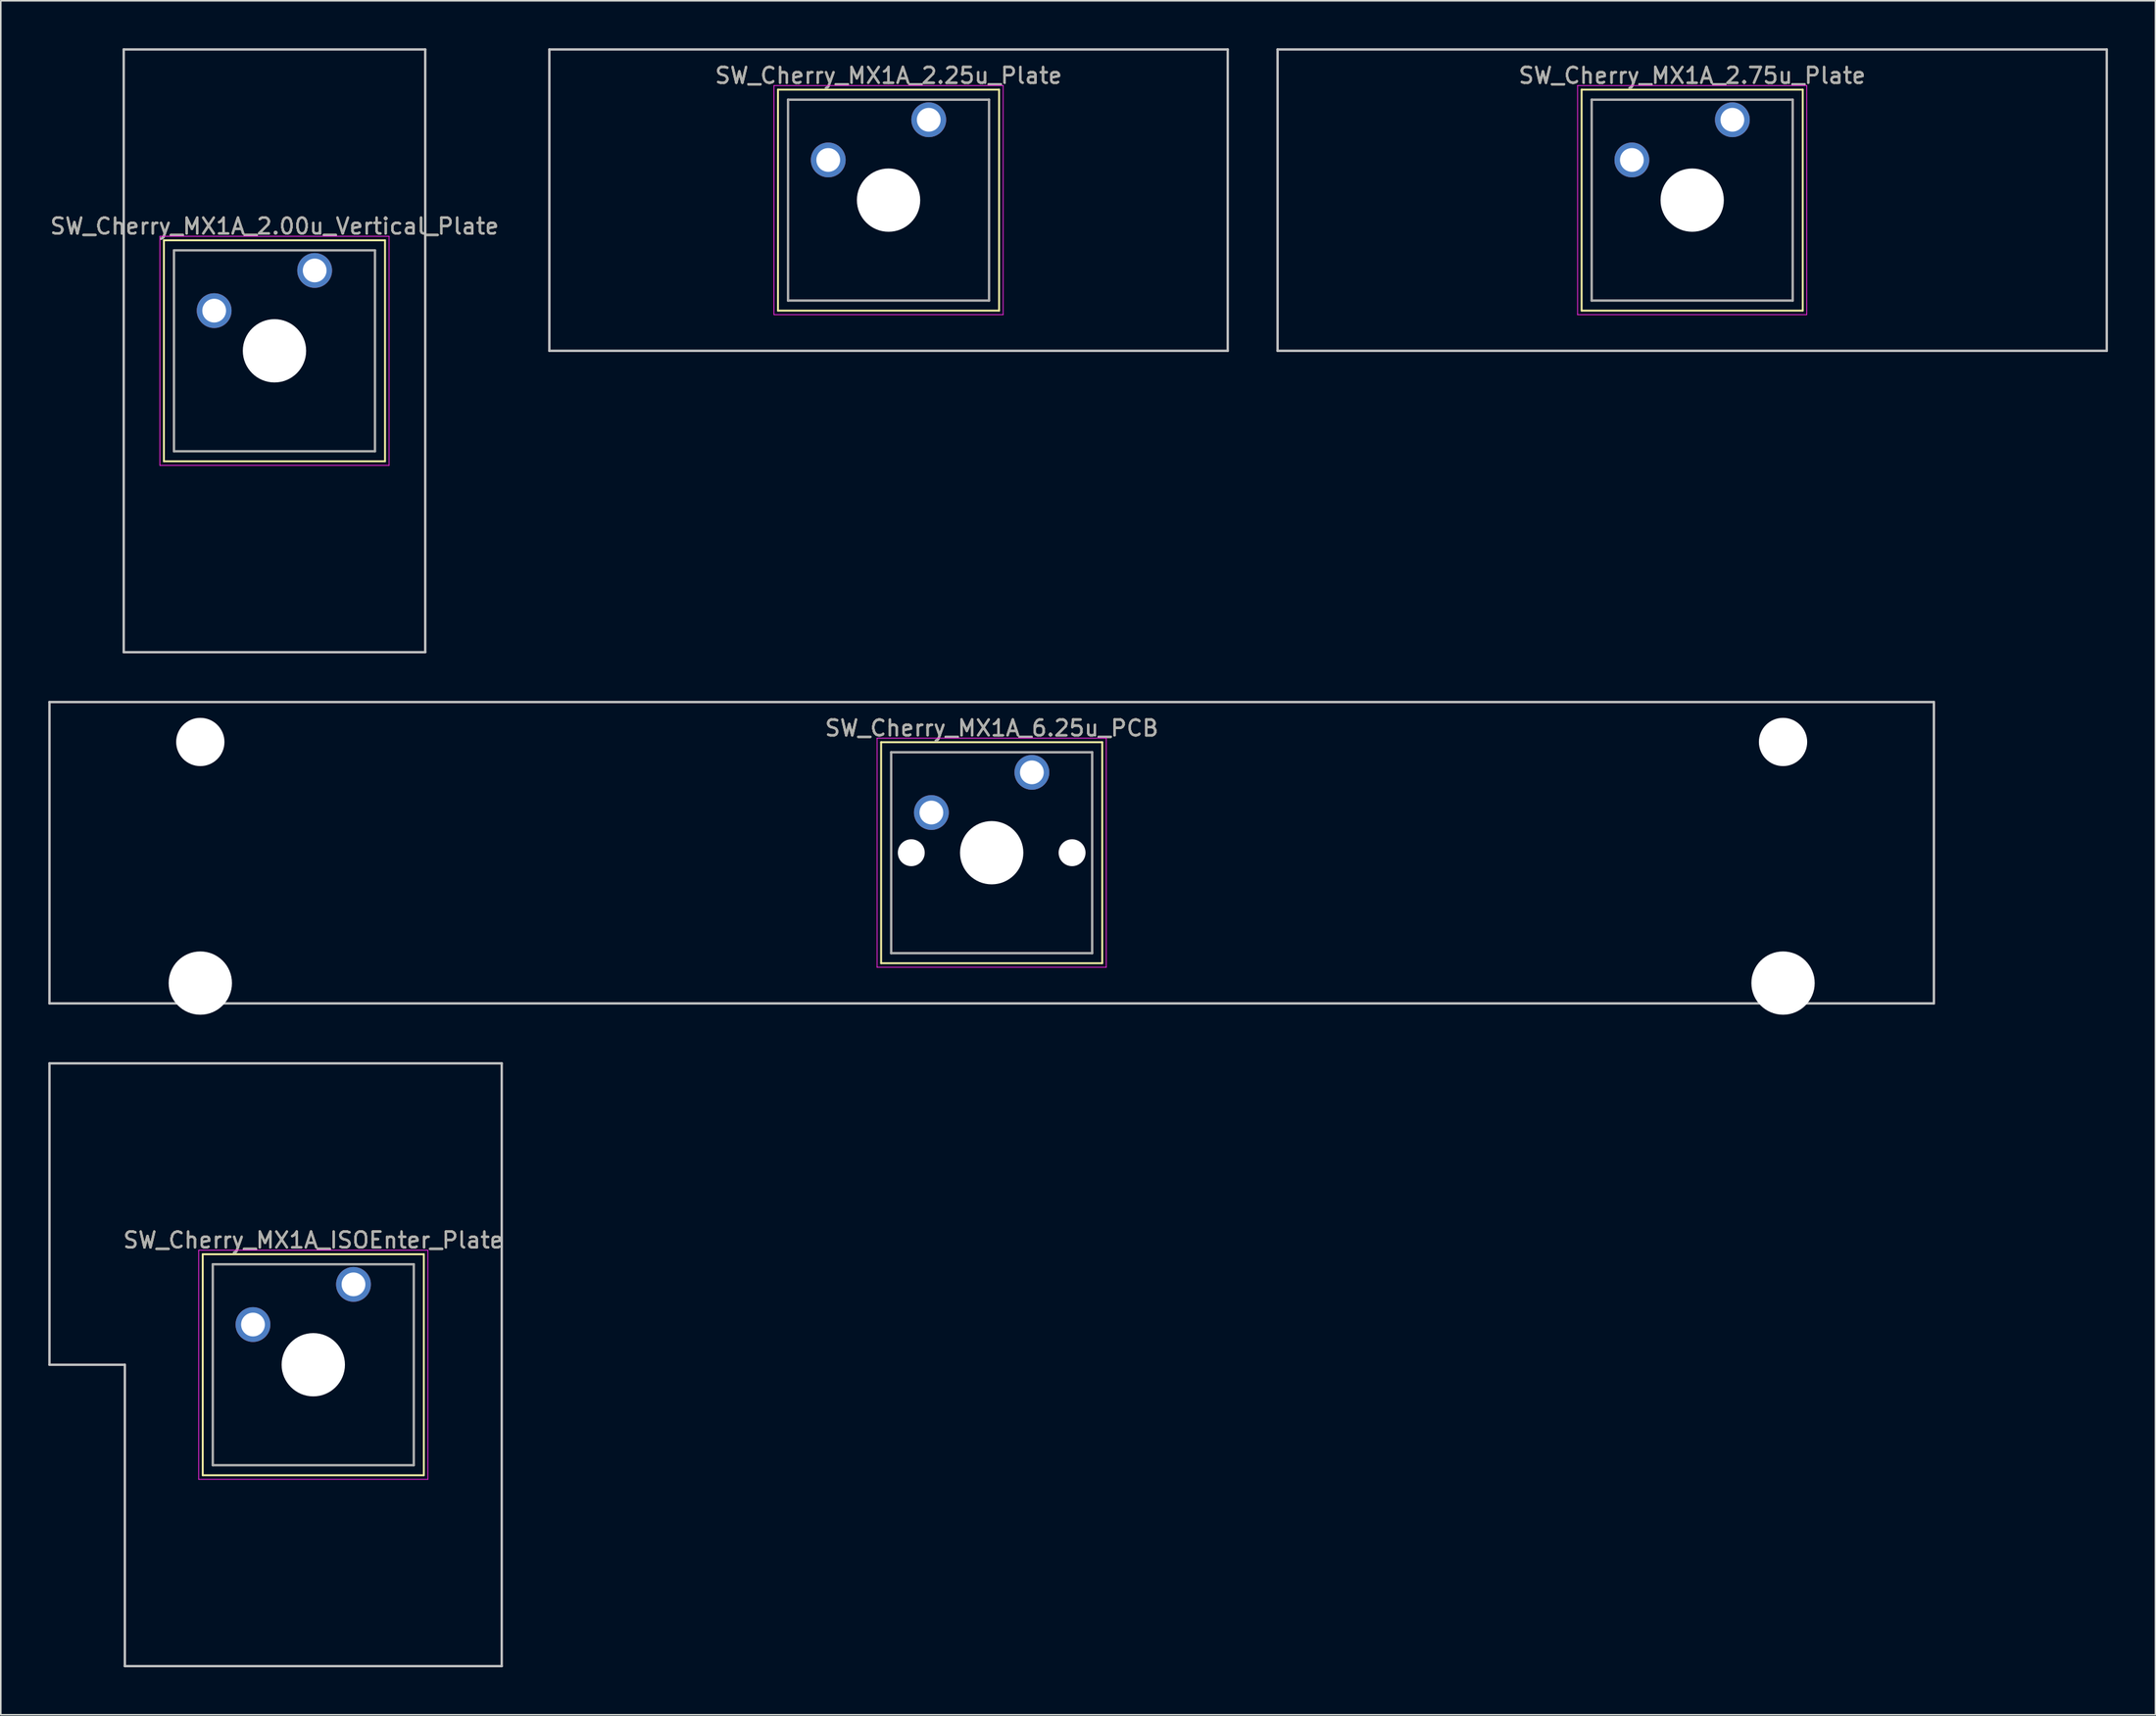
<source format=kicad_pcb>
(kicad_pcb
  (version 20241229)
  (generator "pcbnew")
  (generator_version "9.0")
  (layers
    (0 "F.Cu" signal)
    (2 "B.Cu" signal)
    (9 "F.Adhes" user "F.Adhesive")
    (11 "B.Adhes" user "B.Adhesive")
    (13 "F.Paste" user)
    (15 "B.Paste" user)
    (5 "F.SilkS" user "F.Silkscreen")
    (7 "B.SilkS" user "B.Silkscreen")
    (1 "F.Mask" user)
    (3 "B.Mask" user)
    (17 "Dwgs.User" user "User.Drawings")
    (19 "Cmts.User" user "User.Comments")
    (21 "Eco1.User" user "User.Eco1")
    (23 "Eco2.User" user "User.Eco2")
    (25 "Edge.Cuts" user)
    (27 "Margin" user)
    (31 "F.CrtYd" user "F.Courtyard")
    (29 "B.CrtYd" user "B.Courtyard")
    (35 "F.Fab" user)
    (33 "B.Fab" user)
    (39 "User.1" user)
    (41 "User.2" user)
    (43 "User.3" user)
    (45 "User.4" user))
  (footprint "SW_Cherry_MX1A_2.75u_Plate"
    (layer "F.Cu")
    (at 106.405 4.52)
    (property "Reference" "SW_Cherry_MX1A_2.75u_Plate" (at -2.54 -2.794 0) (layer "F.SilkS") (effects (font (size 1 1) (thickness 0.15))))
    (attr through_hole)
    (fp_line (start -9.525 -1.905) (end 4.445 -1.905) (stroke (width 0.12) (type solid)) (layer "F.SilkS"))
    (fp_line (start -9.525 12.065) (end -9.525 -1.905) (stroke (width 0.12) (type solid)) (layer "F.SilkS"))
    (fp_line (start 4.445 -1.905) (end 4.445 12.065) (stroke (width 0.12) (type solid)) (layer "F.SilkS"))
    (fp_line (start 4.445 12.065) (end -9.525 12.065) (stroke (width 0.12) (type solid)) (layer "F.SilkS"))
    (fp_line (start -28.734 -4.445) (end 23.654 -4.445) (stroke (width 0.15) (type solid)) (layer "Dwgs.User"))
    (fp_line (start -28.734 14.605) (end -28.734 -4.445) (stroke (width 0.15) (type solid)) (layer "Dwgs.User"))
    (fp_line (start 23.654 -4.445) (end 23.654 14.605) (stroke (width 0.15) (type solid)) (layer "Dwgs.User"))
    (fp_line (start 23.654 14.605) (end -28.734 14.605) (stroke (width 0.15) (type solid)) (layer "Dwgs.User"))
    (fp_line (start -9.78 -2.16) (end 4.7 -2.16) (stroke (width 0.05) (type solid)) (layer "F.CrtYd"))
    (fp_line (start -9.78 12.32) (end -9.78 -2.16) (stroke (width 0.05) (type solid)) (layer "F.CrtYd"))
    (fp_line (start 4.7 -2.16) (end 4.7 12.32) (stroke (width 0.05) (type solid)) (layer "F.CrtYd"))
    (fp_line (start 4.7 12.32) (end -9.78 12.32) (stroke (width 0.05) (type solid)) (layer "F.CrtYd"))
    (fp_line (start -8.89 -1.27) (end 3.81 -1.27) (stroke (width 0.15) (type solid)) (layer "F.Fab"))
    (fp_line (start -8.89 11.43) (end -8.89 -1.27) (stroke (width 0.15) (type solid)) (layer "F.Fab"))
    (fp_line (start 3.81 -1.27) (end 3.81 11.43) (stroke (width 0.15) (type solid)) (layer "F.Fab"))
    (fp_line (start 3.81 11.43) (end -8.89 11.43) (stroke (width 0.15) (type solid)) (layer "F.Fab"))
    (fp_text user "${REFERENCE}" (at -2.54 -2.794 0) (layer "F.Fab") (effects (font (size 1 1) (thickness 0.15))))
    (pad "" np_thru_hole circle (at -2.54 5.08) (size 4 4) (drill 4) (layers "*.Cu" "*.Mask"))
    (pad "1" thru_hole circle (at 0 0) (size 2.2 2.2) (drill 1.5) (layers "*.Cu" "*.Mask"))
    (pad "2" thru_hole circle (at -6.35 2.54) (size 2.2 2.2) (drill 1.5) (layers "*.Cu" "*.Mask")))
  (footprint "SW_Cherry_MX1A_2.25u_Plate"
    (layer "F.Cu")
    (at 55.63 4.52)
    (property "Reference" "SW_Cherry_MX1A_2.25u_Plate" (at -2.54 -2.794 0) (layer "F.SilkS") (effects (font (size 1 1) (thickness 0.15))))
    (attr through_hole)
    (fp_line (start -9.525 -1.905) (end 4.445 -1.905) (stroke (width 0.12) (type solid)) (layer "F.SilkS"))
    (fp_line (start -9.525 12.065) (end -9.525 -1.905) (stroke (width 0.12) (type solid)) (layer "F.SilkS"))
    (fp_line (start 4.445 -1.905) (end 4.445 12.065) (stroke (width 0.12) (type solid)) (layer "F.SilkS"))
    (fp_line (start 4.445 12.065) (end -9.525 12.065) (stroke (width 0.12) (type solid)) (layer "F.SilkS"))
    (fp_line (start -23.971 -4.445) (end 18.891 -4.445) (stroke (width 0.15) (type solid)) (layer "Dwgs.User"))
    (fp_line (start -23.971 14.605) (end -23.971 -4.445) (stroke (width 0.15) (type solid)) (layer "Dwgs.User"))
    (fp_line (start 18.891 -4.445) (end 18.891 14.605) (stroke (width 0.15) (type solid)) (layer "Dwgs.User"))
    (fp_line (start 18.891 14.605) (end -23.971 14.605) (stroke (width 0.15) (type solid)) (layer "Dwgs.User"))
    (fp_line (start -9.78 -2.16) (end 4.7 -2.16) (stroke (width 0.05) (type solid)) (layer "F.CrtYd"))
    (fp_line (start -9.78 12.32) (end -9.78 -2.16) (stroke (width 0.05) (type solid)) (layer "F.CrtYd"))
    (fp_line (start 4.7 -2.16) (end 4.7 12.32) (stroke (width 0.05) (type solid)) (layer "F.CrtYd"))
    (fp_line (start 4.7 12.32) (end -9.78 12.32) (stroke (width 0.05) (type solid)) (layer "F.CrtYd"))
    (fp_line (start -8.89 -1.27) (end 3.81 -1.27) (stroke (width 0.15) (type solid)) (layer "F.Fab"))
    (fp_line (start -8.89 11.43) (end -8.89 -1.27) (stroke (width 0.15) (type solid)) (layer "F.Fab"))
    (fp_line (start 3.81 -1.27) (end 3.81 11.43) (stroke (width 0.15) (type solid)) (layer "F.Fab"))
    (fp_line (start 3.81 11.43) (end -8.89 11.43) (stroke (width 0.15) (type solid)) (layer "F.Fab"))
    (fp_text user "${REFERENCE}" (at -2.54 -2.794 0) (layer "F.Fab") (effects (font (size 1 1) (thickness 0.15))))
    (pad "" np_thru_hole circle (at -2.54 5.08) (size 4 4) (drill 4) (layers "*.Cu" "*.Mask"))
    (pad "1" thru_hole circle (at 0 0) (size 2.2 2.2) (drill 1.5) (layers "*.Cu" "*.Mask"))
    (pad "2" thru_hole circle (at -6.35 2.54) (size 2.2 2.2) (drill 1.5) (layers "*.Cu" "*.Mask")))
  (footprint "SW_Cherry_MX1A_6.25u_PCB"
    (layer "F.Cu")
    (at 62.146 45.77)
    (property "Reference" "SW_Cherry_MX1A_6.25u_PCB" (at -2.54 -2.794 0) (layer "F.SilkS") (effects (font (size 1 1) (thickness 0.15))))
    (attr through_hole)
    (fp_line (start -9.525 -1.905) (end 4.445 -1.905) (stroke (width 0.12) (type solid)) (layer "F.SilkS"))
    (fp_line (start -9.525 12.065) (end -9.525 -1.905) (stroke (width 0.12) (type solid)) (layer "F.SilkS"))
    (fp_line (start 4.445 -1.905) (end 4.445 12.065) (stroke (width 0.12) (type solid)) (layer "F.SilkS"))
    (fp_line (start 4.445 12.065) (end -9.525 12.065) (stroke (width 0.12) (type solid)) (layer "F.SilkS"))
    (fp_line (start -62.071 -4.445) (end 56.991 -4.445) (stroke (width 0.15) (type solid)) (layer "Dwgs.User"))
    (fp_line (start -62.071 14.605) (end -62.071 -4.445) (stroke (width 0.15) (type solid)) (layer "Dwgs.User"))
    (fp_line (start 56.991 -4.445) (end 56.991 14.605) (stroke (width 0.15) (type solid)) (layer "Dwgs.User"))
    (fp_line (start 56.991 14.605) (end -62.071 14.605) (stroke (width 0.15) (type solid)) (layer "Dwgs.User"))
    (fp_line (start -9.78 -2.16) (end 4.7 -2.16) (stroke (width 0.05) (type solid)) (layer "F.CrtYd"))
    (fp_line (start -9.78 12.32) (end -9.78 -2.16) (stroke (width 0.05) (type solid)) (layer "F.CrtYd"))
    (fp_line (start 4.7 -2.16) (end 4.7 12.32) (stroke (width 0.05) (type solid)) (layer "F.CrtYd"))
    (fp_line (start 4.7 12.32) (end -9.78 12.32) (stroke (width 0.05) (type solid)) (layer "F.CrtYd"))
    (fp_line (start -8.89 -1.27) (end 3.81 -1.27) (stroke (width 0.15) (type solid)) (layer "F.Fab"))
    (fp_line (start -8.89 11.43) (end -8.89 -1.27) (stroke (width 0.15) (type solid)) (layer "F.Fab"))
    (fp_line (start 3.81 -1.27) (end 3.81 11.43) (stroke (width 0.15) (type solid)) (layer "F.Fab"))
    (fp_line (start 3.81 11.43) (end -8.89 11.43) (stroke (width 0.15) (type solid)) (layer "F.Fab"))
    (fp_text user "${REFERENCE}" (at -2.54 -2.794 0) (layer "F.Fab") (effects (font (size 1 1) (thickness 0.15))))
    (pad "" np_thru_hole circle (at -52.54 -1.92) (size 3.05 3.05) (drill 3.05) (layers "*.Cu" "*.Mask"))
    (pad "" np_thru_hole circle (at -52.54 13.32) (size 4 4) (drill 4) (layers "*.Cu" "*.Mask"))
    (pad "" np_thru_hole circle (at -7.62 5.08) (size 1.7 1.7) (drill 1.7) (layers "*.Cu" "*.Mask"))
    (pad "" np_thru_hole circle (at -2.54 5.08) (size 4 4) (drill 4) (layers "*.Cu" "*.Mask"))
    (pad "" np_thru_hole circle (at 2.54 5.08) (size 1.7 1.7) (drill 1.7) (layers "*.Cu" "*.Mask"))
    (pad "" np_thru_hole circle (at 47.46 -1.92) (size 3.05 3.05) (drill 3.05) (layers "*.Cu" "*.Mask"))
    (pad "" np_thru_hole circle (at 47.46 13.32) (size 4 4) (drill 4) (layers "*.Cu" "*.Mask"))
    (pad "1" thru_hole circle (at 0 0) (size 2.2 2.2) (drill 1.5) (layers "*.Cu" "*.Mask"))
    (pad "2" thru_hole circle (at -6.35 2.54) (size 2.2 2.2) (drill 1.5) (layers "*.Cu" "*.Mask")))
  (footprint "SW_Cherry_MX1A_2.00u_Vertical_Plate"
    (layer "F.Cu")
    (at 16.832 14.045)
    (property "Reference" "SW_Cherry_MX1A_2.00u_Vertical_Plate" (at -2.54 -2.794 0) (layer "F.SilkS") (effects (font (size 1 1) (thickness 0.15))))
    (attr through_hole)
    (fp_line (start -9.525 -1.905) (end 4.445 -1.905) (stroke (width 0.12) (type solid)) (layer "F.SilkS"))
    (fp_line (start -9.525 12.065) (end -9.525 -1.905) (stroke (width 0.12) (type solid)) (layer "F.SilkS"))
    (fp_line (start 4.445 -1.905) (end 4.445 12.065) (stroke (width 0.12) (type solid)) (layer "F.SilkS"))
    (fp_line (start 4.445 12.065) (end -9.525 12.065) (stroke (width 0.12) (type solid)) (layer "F.SilkS"))
    (fp_line (start -12.065 -13.97) (end 6.985 -13.97) (stroke (width 0.15) (type solid)) (layer "Dwgs.User"))
    (fp_line (start -12.065 24.13) (end -12.065 -13.97) (stroke (width 0.15) (type solid)) (layer "Dwgs.User"))
    (fp_line (start 6.985 -13.97) (end 6.985 24.13) (stroke (width 0.15) (type solid)) (layer "Dwgs.User"))
    (fp_line (start 6.985 24.13) (end -12.065 24.13) (stroke (width 0.15) (type solid)) (layer "Dwgs.User"))
    (fp_line (start -9.78 -2.16) (end 4.7 -2.16) (stroke (width 0.05) (type solid)) (layer "F.CrtYd"))
    (fp_line (start -9.78 12.32) (end -9.78 -2.16) (stroke (width 0.05) (type solid)) (layer "F.CrtYd"))
    (fp_line (start 4.7 -2.16) (end 4.7 12.32) (stroke (width 0.05) (type solid)) (layer "F.CrtYd"))
    (fp_line (start 4.7 12.32) (end -9.78 12.32) (stroke (width 0.05) (type solid)) (layer "F.CrtYd"))
    (fp_line (start -8.89 -1.27) (end 3.81 -1.27) (stroke (width 0.15) (type solid)) (layer "F.Fab"))
    (fp_line (start -8.89 11.43) (end -8.89 -1.27) (stroke (width 0.15) (type solid)) (layer "F.Fab"))
    (fp_line (start 3.81 -1.27) (end 3.81 11.43) (stroke (width 0.15) (type solid)) (layer "F.Fab"))
    (fp_line (start 3.81 11.43) (end -8.89 11.43) (stroke (width 0.15) (type solid)) (layer "F.Fab"))
    (fp_text user "${REFERENCE}" (at -2.54 -2.794 0) (layer "F.Fab") (effects (font (size 1 1) (thickness 0.15))))
    (pad "" np_thru_hole circle (at -2.54 5.08) (size 4 4) (drill 4) (layers "*.Cu" "*.Mask"))
    (pad "1" thru_hole circle (at 0 0) (size 2.2 2.2) (drill 1.5) (layers "*.Cu" "*.Mask"))
    (pad "2" thru_hole circle (at -6.35 2.54) (size 2.2 2.2) (drill 1.5) (layers "*.Cu" "*.Mask")))
  (footprint "SW_Cherry_MX1A_ISOEnter_Plate"
    (layer "F.Cu")
    (at 19.284 78.135)
    (property "Reference" "SW_Cherry_MX1A_ISOEnter_Plate" (at -2.54 -2.794 0) (layer "F.SilkS") (effects (font (size 1 1) (thickness 0.15))))
    (attr through_hole)
    (fp_line (start -9.525 -1.905) (end 4.445 -1.905) (stroke (width 0.12) (type solid)) (layer "F.SilkS"))
    (fp_line (start -9.525 12.065) (end -9.525 -1.905) (stroke (width 0.12) (type solid)) (layer "F.SilkS"))
    (fp_line (start 4.445 -1.905) (end 4.445 12.065) (stroke (width 0.12) (type solid)) (layer "F.SilkS"))
    (fp_line (start 4.445 12.065) (end -9.525 12.065) (stroke (width 0.12) (type solid)) (layer "F.SilkS"))
    (fp_line (start -19.209 -13.97) (end 9.366 -13.97) (stroke (width 0.15) (type solid)) (layer "Dwgs.User"))
    (fp_line (start -19.209 5.08) (end -19.209 -13.97) (stroke (width 0.15) (type solid)) (layer "Dwgs.User"))
    (fp_line (start -14.446 5.08) (end -19.209 5.08) (stroke (width 0.15) (type solid)) (layer "Dwgs.User"))
    (fp_line (start -14.446 24.13) (end -14.446 5.08) (stroke (width 0.15) (type solid)) (layer "Dwgs.User"))
    (fp_line (start 9.366 -13.97) (end 9.366 24.13) (stroke (width 0.15) (type solid)) (layer "Dwgs.User"))
    (fp_line (start 9.366 24.13) (end -14.446 24.13) (stroke (width 0.15) (type solid)) (layer "Dwgs.User"))
    (fp_line (start -9.78 -2.16) (end 4.7 -2.16) (stroke (width 0.05) (type solid)) (layer "F.CrtYd"))
    (fp_line (start -9.78 12.32) (end -9.78 -2.16) (stroke (width 0.05) (type solid)) (layer "F.CrtYd"))
    (fp_line (start 4.7 -2.16) (end 4.7 12.32) (stroke (width 0.05) (type solid)) (layer "F.CrtYd"))
    (fp_line (start 4.7 12.32) (end -9.78 12.32) (stroke (width 0.05) (type solid)) (layer "F.CrtYd"))
    (fp_line (start -8.89 -1.27) (end 3.81 -1.27) (stroke (width 0.15) (type solid)) (layer "F.Fab"))
    (fp_line (start -8.89 11.43) (end -8.89 -1.27) (stroke (width 0.15) (type solid)) (layer "F.Fab"))
    (fp_line (start 3.81 -1.27) (end 3.81 11.43) (stroke (width 0.15) (type solid)) (layer "F.Fab"))
    (fp_line (start 3.81 11.43) (end -8.89 11.43) (stroke (width 0.15) (type solid)) (layer "F.Fab"))
    (fp_text user "${REFERENCE}" (at -2.54 -2.794 0) (layer "F.Fab") (effects (font (size 1 1) (thickness 0.15))))
    (pad "" np_thru_hole circle (at -2.54 5.08) (size 4 4) (drill 4) (layers "*.Cu" "*.Mask"))
    (pad "1" thru_hole circle (at 0 0) (size 2.2 2.2) (drill 1.5) (layers "*.Cu" "*.Mask"))
    (pad "2" thru_hole circle (at -6.35 2.54) (size 2.2 2.2) (drill 1.5) (layers "*.Cu" "*.Mask")))
  (gr_rect
    (start -3 -3)
    (end 133.133 105.34)
    (stroke (width 0.1) (type default))
    (fill no)
    (layer "Edge.Cuts")))
</source>
